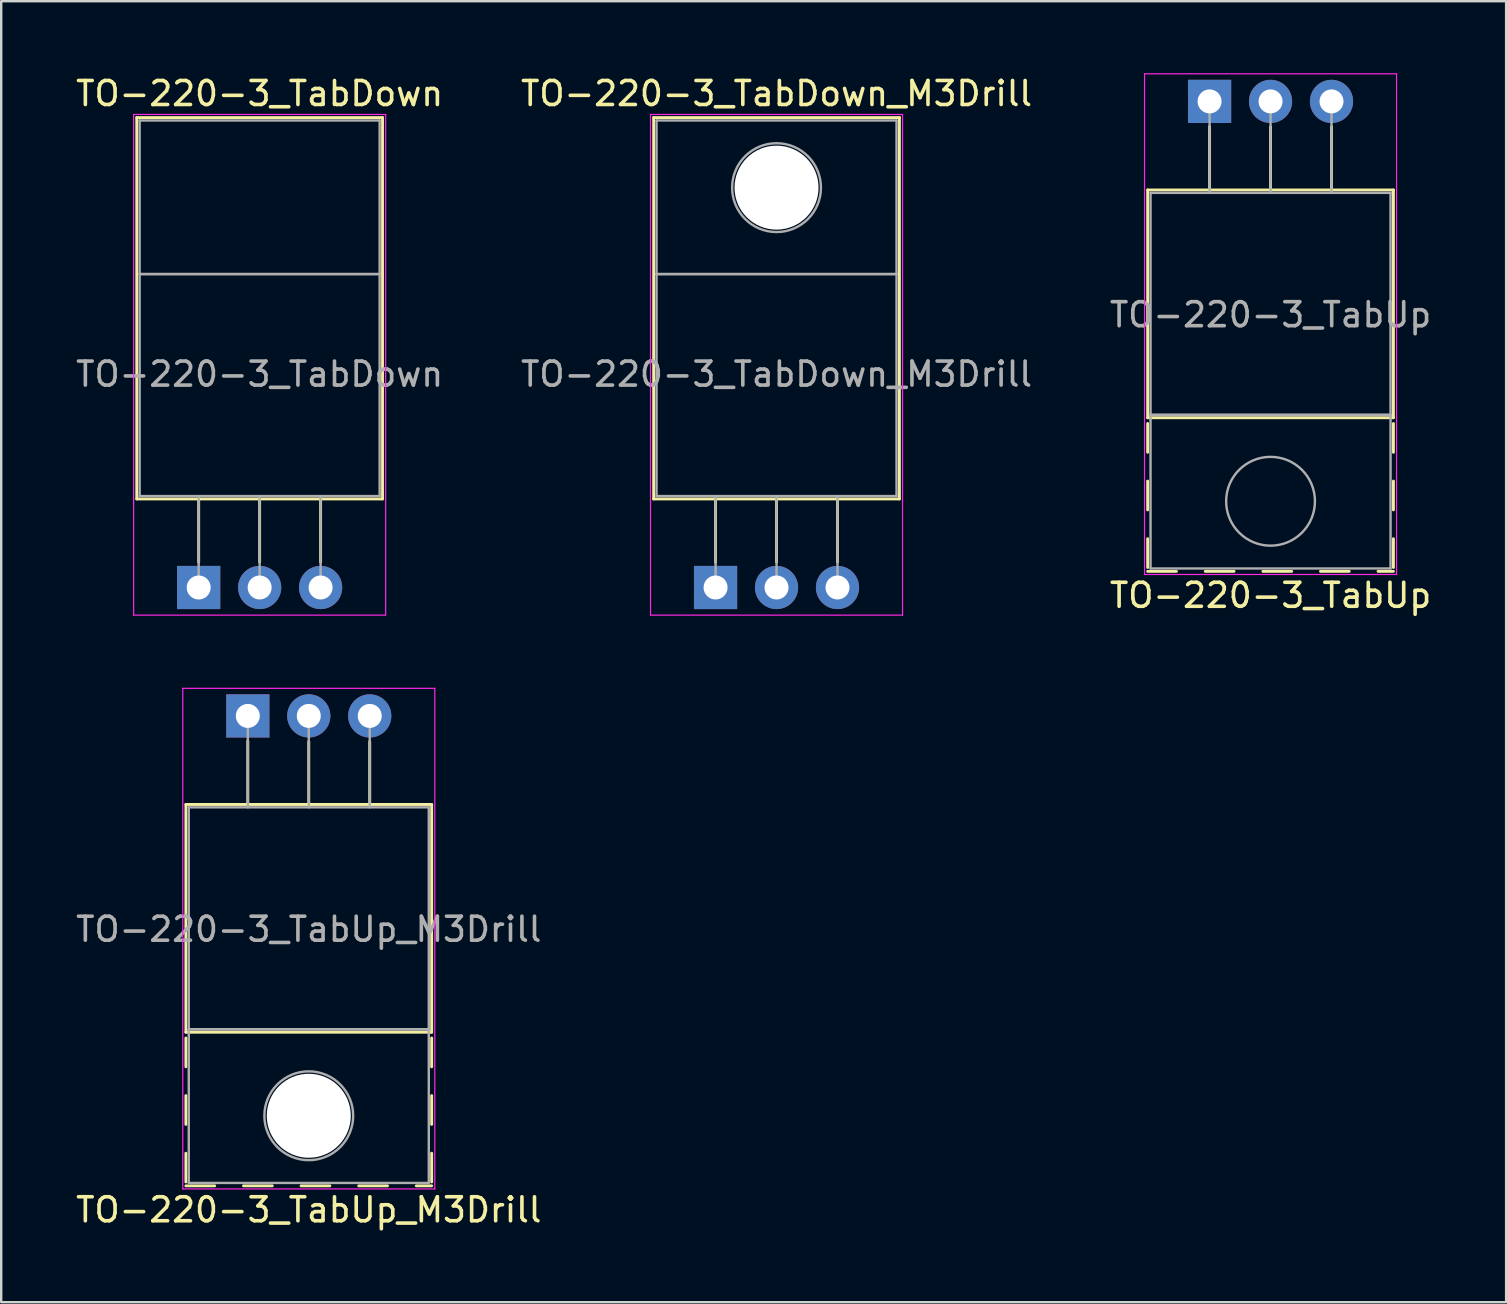
<source format=kicad_pcb>
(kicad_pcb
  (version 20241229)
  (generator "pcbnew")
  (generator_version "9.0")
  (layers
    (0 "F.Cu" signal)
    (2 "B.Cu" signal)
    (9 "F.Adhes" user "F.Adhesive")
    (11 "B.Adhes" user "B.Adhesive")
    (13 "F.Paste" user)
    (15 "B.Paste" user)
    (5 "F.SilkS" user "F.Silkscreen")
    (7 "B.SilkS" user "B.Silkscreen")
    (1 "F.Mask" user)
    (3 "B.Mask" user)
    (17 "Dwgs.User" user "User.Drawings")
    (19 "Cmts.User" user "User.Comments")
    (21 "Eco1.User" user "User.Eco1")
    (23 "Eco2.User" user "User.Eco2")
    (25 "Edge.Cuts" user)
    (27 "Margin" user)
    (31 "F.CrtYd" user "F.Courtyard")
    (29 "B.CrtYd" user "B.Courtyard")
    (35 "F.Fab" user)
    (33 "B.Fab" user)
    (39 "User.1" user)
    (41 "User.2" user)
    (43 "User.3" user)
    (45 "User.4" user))
  (footprint "TO-220-3_TabUp"
    (layer "F.Cu")
    (at 47.347 1.175)
    (property "Reference" "TO-220-3_TabUp" (at 2.54 20.58 0) (layer "F.SilkS") (effects (font (size 1 1) (thickness 0.15))))
    (attr through_hole)
    (fp_line (start -2.58 3.69) (end -2.58 13.18) (stroke (width 0.12) (type solid)) (layer "F.SilkS"))
    (fp_line (start -2.58 3.69) (end 7.66 3.69) (stroke (width 0.12) (type solid)) (layer "F.SilkS"))
    (fp_line (start -2.58 13.18) (end 7.66 13.18) (stroke (width 0.12) (type solid)) (layer "F.SilkS"))
    (fp_line (start -2.58 13.42) (end -2.58 14.62) (stroke (width 0.12) (type solid)) (layer "F.SilkS"))
    (fp_line (start -2.58 15.82) (end -2.58 17.02) (stroke (width 0.12) (type solid)) (layer "F.SilkS"))
    (fp_line (start -2.58 18.22) (end -2.58 19.42) (stroke (width 0.12) (type solid)) (layer "F.SilkS"))
    (fp_line (start -2.58 19.58) (end -1.38 19.58) (stroke (width 0.12) (type solid)) (layer "F.SilkS"))
    (fp_line (start -0.181 19.58) (end 1.02 19.58) (stroke (width 0.12) (type solid)) (layer "F.SilkS"))
    (fp_line (start 0 1.05) (end 0 3.69) (stroke (width 0.12) (type solid)) (layer "F.SilkS"))
    (fp_line (start 2.22 19.58) (end 3.42 19.58) (stroke (width 0.12) (type solid)) (layer "F.SilkS"))
    (fp_line (start 2.54 1.066) (end 2.54 3.69) (stroke (width 0.12) (type solid)) (layer "F.SilkS"))
    (fp_line (start 4.62 19.58) (end 5.82 19.58) (stroke (width 0.12) (type solid)) (layer "F.SilkS"))
    (fp_line (start 5.08 1.066) (end 5.08 3.69) (stroke (width 0.12) (type solid)) (layer "F.SilkS"))
    (fp_line (start 7.02 19.58) (end 7.66 19.58) (stroke (width 0.12) (type solid)) (layer "F.SilkS"))
    (fp_line (start 7.66 3.69) (end 7.66 13.18) (stroke (width 0.12) (type solid)) (layer "F.SilkS"))
    (fp_line (start 7.66 13.42) (end 7.66 14.62) (stroke (width 0.12) (type solid)) (layer "F.SilkS"))
    (fp_line (start 7.66 15.82) (end 7.66 17.02) (stroke (width 0.12) (type solid)) (layer "F.SilkS"))
    (fp_line (start 7.66 18.22) (end 7.66 19.42) (stroke (width 0.12) (type solid)) (layer "F.SilkS"))
    (fp_line (start -2.71 -1.15) (end -2.71 19.71) (stroke (width 0.05) (type solid)) (layer "F.CrtYd"))
    (fp_line (start -2.71 19.71) (end 7.79 19.71) (stroke (width 0.05) (type solid)) (layer "F.CrtYd"))
    (fp_line (start 7.79 -1.15) (end -2.71 -1.15) (stroke (width 0.05) (type solid)) (layer "F.CrtYd"))
    (fp_line (start 7.79 19.71) (end 7.79 -1.15) (stroke (width 0.05) (type solid)) (layer "F.CrtYd"))
    (fp_line (start -2.46 3.81) (end -2.46 13.06) (stroke (width 0.1) (type solid)) (layer "F.Fab"))
    (fp_line (start -2.46 13.06) (end -2.46 19.46) (stroke (width 0.1) (type solid)) (layer "F.Fab"))
    (fp_line (start -2.46 13.06) (end 7.54 13.06) (stroke (width 0.1) (type solid)) (layer "F.Fab"))
    (fp_line (start -2.46 19.46) (end 7.54 19.46) (stroke (width 0.1) (type solid)) (layer "F.Fab"))
    (fp_line (start 0 3.81) (end 0 0) (stroke (width 0.1) (type solid)) (layer "F.Fab"))
    (fp_line (start 2.54 3.81) (end 2.54 0) (stroke (width 0.1) (type solid)) (layer "F.Fab"))
    (fp_line (start 5.08 3.81) (end 5.08 0) (stroke (width 0.1) (type solid)) (layer "F.Fab"))
    (fp_line (start 7.54 3.81) (end -2.46 3.81) (stroke (width 0.1) (type solid)) (layer "F.Fab"))
    (fp_line (start 7.54 13.06) (end -2.46 13.06) (stroke (width 0.1) (type solid)) (layer "F.Fab"))
    (fp_line (start 7.54 13.06) (end 7.54 3.81) (stroke (width 0.1) (type solid)) (layer "F.Fab"))
    (fp_line (start 7.54 19.46) (end 7.54 13.06) (stroke (width 0.1) (type solid)) (layer "F.Fab"))
    (fp_circle (center 2.54 16.66) (end 4.39 16.66) (stroke (width 0.1) (type solid)) (fill no) (layer "F.Fab"))
    (fp_text user "${REFERENCE}" (at 2.54 8.89 0) (layer "F.Fab") (effects (font (size 1 1) (thickness 0.15))))
    (pad "1" thru_hole rect (at 0 0) (size 1.8 1.8) (drill 1) (layers "*.Cu" "*.Mask"))
    (pad "2" thru_hole oval (at 2.54 0) (size 1.8 1.8) (drill 1) (layers "*.Cu" "*.Mask"))
    (pad "3" thru_hole oval (at 5.08 0) (size 1.8 1.8) (drill 1) (layers "*.Cu" "*.Mask")))
  (footprint "TO-220-3_TabDown"
    (layer "F.Cu")
    (at 5.228 21.428)
    (property "Reference" "TO-220-3_TabDown" (at 2.54 -20.58 0) (layer "F.SilkS") (effects (font (size 1 1) (thickness 0.15))))
    (attr through_hole)
    (fp_line (start -2.58 -19.58) (end -2.58 -3.69) (stroke (width 0.12) (type solid)) (layer "F.SilkS"))
    (fp_line (start -2.58 -19.58) (end 7.66 -19.58) (stroke (width 0.12) (type solid)) (layer "F.SilkS"))
    (fp_line (start -2.58 -3.69) (end 7.66 -3.69) (stroke (width 0.12) (type solid)) (layer "F.SilkS"))
    (fp_line (start 0 -3.69) (end 0 -1.05) (stroke (width 0.12) (type solid)) (layer "F.SilkS"))
    (fp_line (start 2.54 -3.69) (end 2.54 -1.066) (stroke (width 0.12) (type solid)) (layer "F.SilkS"))
    (fp_line (start 5.08 -3.69) (end 5.08 -1.066) (stroke (width 0.12) (type solid)) (layer "F.SilkS"))
    (fp_line (start 7.66 -19.58) (end 7.66 -3.69) (stroke (width 0.12) (type solid)) (layer "F.SilkS"))
    (fp_line (start -2.71 -19.71) (end -2.71 1.15) (stroke (width 0.05) (type solid)) (layer "F.CrtYd"))
    (fp_line (start -2.71 1.15) (end 7.79 1.15) (stroke (width 0.05) (type solid)) (layer "F.CrtYd"))
    (fp_line (start 7.79 -19.71) (end -2.71 -19.71) (stroke (width 0.05) (type solid)) (layer "F.CrtYd"))
    (fp_line (start 7.79 1.15) (end 7.79 -19.71) (stroke (width 0.05) (type solid)) (layer "F.CrtYd"))
    (fp_line (start -2.46 -19.46) (end 7.54 -19.46) (stroke (width 0.1) (type solid)) (layer "F.Fab"))
    (fp_line (start -2.46 -13.06) (end -2.46 -19.46) (stroke (width 0.1) (type solid)) (layer "F.Fab"))
    (fp_line (start -2.46 -13.06) (end 7.54 -13.06) (stroke (width 0.1) (type solid)) (layer "F.Fab"))
    (fp_line (start -2.46 -3.81) (end -2.46 -13.06) (stroke (width 0.1) (type solid)) (layer "F.Fab"))
    (fp_line (start 0 -3.81) (end 0 0) (stroke (width 0.1) (type solid)) (layer "F.Fab"))
    (fp_line (start 2.54 -3.81) (end 2.54 0) (stroke (width 0.1) (type solid)) (layer "F.Fab"))
    (fp_line (start 5.08 -3.81) (end 5.08 0) (stroke (width 0.1) (type solid)) (layer "F.Fab"))
    (fp_line (start 7.54 -19.46) (end 7.54 -13.06) (stroke (width 0.1) (type solid)) (layer "F.Fab"))
    (fp_line (start 7.54 -13.06) (end -2.46 -13.06) (stroke (width 0.1) (type solid)) (layer "F.Fab"))
    (fp_line (start 7.54 -13.06) (end 7.54 -3.81) (stroke (width 0.1) (type solid)) (layer "F.Fab"))
    (fp_line (start 7.54 -3.81) (end -2.46 -3.81) (stroke (width 0.1) (type solid)) (layer "F.Fab"))
    (fp_text user "${REFERENCE}" (at 2.54 -8.89 0) (layer "F.Fab") (effects (font (size 1 1) (thickness 0.15))))
    (pad "1" thru_hole rect (at 0 0) (size 1.8 1.8) (drill 1) (layers "*.Cu" "*.Mask"))
    (pad "2" thru_hole oval (at 2.54 0) (size 1.8 1.8) (drill 1) (layers "*.Cu" "*.Mask"))
    (pad "3" thru_hole oval (at 5.08 0) (size 1.8 1.8) (drill 1) (layers "*.Cu" "*.Mask")))
  (footprint "TO-220-3_TabUp_M3Drill"
    (layer "F.Cu")
    (at 7.275 26.778)
    (property "Reference" "TO-220-3_TabUp_M3Drill" (at 2.54 20.58 0) (layer "F.SilkS") (effects (font (size 1 1) (thickness 0.15))))
    (attr through_hole)
    (fp_line (start -2.58 3.69) (end -2.58 13.18) (stroke (width 0.12) (type solid)) (layer "F.SilkS"))
    (fp_line (start -2.58 3.69) (end 7.66 3.69) (stroke (width 0.12) (type solid)) (layer "F.SilkS"))
    (fp_line (start -2.58 13.18) (end 7.66 13.18) (stroke (width 0.12) (type solid)) (layer "F.SilkS"))
    (fp_line (start -2.58 13.42) (end -2.58 14.62) (stroke (width 0.12) (type solid)) (layer "F.SilkS"))
    (fp_line (start -2.58 15.82) (end -2.58 17.02) (stroke (width 0.12) (type solid)) (layer "F.SilkS"))
    (fp_line (start -2.58 18.22) (end -2.58 19.42) (stroke (width 0.12) (type solid)) (layer "F.SilkS"))
    (fp_line (start -2.58 19.58) (end -1.38 19.58) (stroke (width 0.12) (type solid)) (layer "F.SilkS"))
    (fp_line (start -0.181 19.58) (end 1.02 19.58) (stroke (width 0.12) (type solid)) (layer "F.SilkS"))
    (fp_line (start 0 1.05) (end 0 3.69) (stroke (width 0.12) (type solid)) (layer "F.SilkS"))
    (fp_line (start 2.22 19.58) (end 3.42 19.58) (stroke (width 0.12) (type solid)) (layer "F.SilkS"))
    (fp_line (start 2.54 1.066) (end 2.54 3.69) (stroke (width 0.12) (type solid)) (layer "F.SilkS"))
    (fp_line (start 4.62 19.58) (end 5.82 19.58) (stroke (width 0.12) (type solid)) (layer "F.SilkS"))
    (fp_line (start 5.08 1.066) (end 5.08 3.69) (stroke (width 0.12) (type solid)) (layer "F.SilkS"))
    (fp_line (start 7.02 19.58) (end 7.66 19.58) (stroke (width 0.12) (type solid)) (layer "F.SilkS"))
    (fp_line (start 7.66 3.69) (end 7.66 13.18) (stroke (width 0.12) (type solid)) (layer "F.SilkS"))
    (fp_line (start 7.66 13.42) (end 7.66 14.62) (stroke (width 0.12) (type solid)) (layer "F.SilkS"))
    (fp_line (start 7.66 15.82) (end 7.66 17.02) (stroke (width 0.12) (type solid)) (layer "F.SilkS"))
    (fp_line (start 7.66 18.22) (end 7.66 19.42) (stroke (width 0.12) (type solid)) (layer "F.SilkS"))
    (fp_line (start -2.71 -1.15) (end -2.71 19.71) (stroke (width 0.05) (type solid)) (layer "F.CrtYd"))
    (fp_line (start -2.71 19.71) (end 7.79 19.71) (stroke (width 0.05) (type solid)) (layer "F.CrtYd"))
    (fp_line (start 7.79 -1.15) (end -2.71 -1.15) (stroke (width 0.05) (type solid)) (layer "F.CrtYd"))
    (fp_line (start 7.79 19.71) (end 7.79 -1.15) (stroke (width 0.05) (type solid)) (layer "F.CrtYd"))
    (fp_line (start -2.46 3.81) (end -2.46 13.06) (stroke (width 0.1) (type solid)) (layer "F.Fab"))
    (fp_line (start -2.46 13.06) (end -2.46 19.46) (stroke (width 0.1) (type solid)) (layer "F.Fab"))
    (fp_line (start -2.46 13.06) (end 7.54 13.06) (stroke (width 0.1) (type solid)) (layer "F.Fab"))
    (fp_line (start -2.46 19.46) (end 7.54 19.46) (stroke (width 0.1) (type solid)) (layer "F.Fab"))
    (fp_line (start 0 3.81) (end 0 0) (stroke (width 0.1) (type solid)) (layer "F.Fab"))
    (fp_line (start 2.54 3.81) (end 2.54 0) (stroke (width 0.1) (type solid)) (layer "F.Fab"))
    (fp_line (start 5.08 3.81) (end 5.08 0) (stroke (width 0.1) (type solid)) (layer "F.Fab"))
    (fp_line (start 7.54 3.81) (end -2.46 3.81) (stroke (width 0.1) (type solid)) (layer "F.Fab"))
    (fp_line (start 7.54 13.06) (end -2.46 13.06) (stroke (width 0.1) (type solid)) (layer "F.Fab"))
    (fp_line (start 7.54 13.06) (end 7.54 3.81) (stroke (width 0.1) (type solid)) (layer "F.Fab"))
    (fp_line (start 7.54 19.46) (end 7.54 13.06) (stroke (width 0.1) (type solid)) (layer "F.Fab"))
    (fp_circle (center 2.54 16.66) (end 4.39 16.66) (stroke (width 0.1) (type solid)) (fill no) (layer "F.Fab"))
    (fp_text user "${REFERENCE}" (at 2.54 8.89 0) (layer "F.Fab") (effects (font (size 1 1) (thickness 0.15))))
    (pad "" np_thru_hole oval (at 2.54 16.66) (size 3.5 3.5) (drill 3.5) (layers "*.Cu" "*.Mask"))
    (pad "1" thru_hole rect (at 0 0) (size 1.8 1.8) (drill 1) (layers "*.Cu" "*.Mask"))
    (pad "2" thru_hole oval (at 2.54 0) (size 1.8 1.8) (drill 1) (layers "*.Cu" "*.Mask"))
    (pad "3" thru_hole oval (at 5.08 0) (size 1.8 1.8) (drill 1) (layers "*.Cu" "*.Mask")))
  (footprint "TO-220-3_TabDown_M3Drill"
    (layer "F.Cu")
    (at 26.764 21.428)
    (property "Reference" "TO-220-3_TabDown_M3Drill" (at 2.54 -20.58 0) (layer "F.SilkS") (effects (font (size 1 1) (thickness 0.15))))
    (attr through_hole)
    (fp_line (start -2.58 -19.58) (end -2.58 -3.69) (stroke (width 0.12) (type solid)) (layer "F.SilkS"))
    (fp_line (start -2.58 -19.58) (end 7.66 -19.58) (stroke (width 0.12) (type solid)) (layer "F.SilkS"))
    (fp_line (start -2.58 -3.69) (end 7.66 -3.69) (stroke (width 0.12) (type solid)) (layer "F.SilkS"))
    (fp_line (start 0 -3.69) (end 0 -1.05) (stroke (width 0.12) (type solid)) (layer "F.SilkS"))
    (fp_line (start 2.54 -3.69) (end 2.54 -1.066) (stroke (width 0.12) (type solid)) (layer "F.SilkS"))
    (fp_line (start 5.08 -3.69) (end 5.08 -1.066) (stroke (width 0.12) (type solid)) (layer "F.SilkS"))
    (fp_line (start 7.66 -19.58) (end 7.66 -3.69) (stroke (width 0.12) (type solid)) (layer "F.SilkS"))
    (fp_line (start -2.71 -19.71) (end -2.71 1.15) (stroke (width 0.05) (type solid)) (layer "F.CrtYd"))
    (fp_line (start -2.71 1.15) (end 7.79 1.15) (stroke (width 0.05) (type solid)) (layer "F.CrtYd"))
    (fp_line (start 7.79 -19.71) (end -2.71 -19.71) (stroke (width 0.05) (type solid)) (layer "F.CrtYd"))
    (fp_line (start 7.79 1.15) (end 7.79 -19.71) (stroke (width 0.05) (type solid)) (layer "F.CrtYd"))
    (fp_line (start -2.46 -19.46) (end 7.54 -19.46) (stroke (width 0.1) (type solid)) (layer "F.Fab"))
    (fp_line (start -2.46 -13.06) (end -2.46 -19.46) (stroke (width 0.1) (type solid)) (layer "F.Fab"))
    (fp_line (start -2.46 -13.06) (end 7.54 -13.06) (stroke (width 0.1) (type solid)) (layer "F.Fab"))
    (fp_line (start -2.46 -3.81) (end -2.46 -13.06) (stroke (width 0.1) (type solid)) (layer "F.Fab"))
    (fp_line (start 0 -3.81) (end 0 0) (stroke (width 0.1) (type solid)) (layer "F.Fab"))
    (fp_line (start 2.54 -3.81) (end 2.54 0) (stroke (width 0.1) (type solid)) (layer "F.Fab"))
    (fp_line (start 5.08 -3.81) (end 5.08 0) (stroke (width 0.1) (type solid)) (layer "F.Fab"))
    (fp_line (start 7.54 -19.46) (end 7.54 -13.06) (stroke (width 0.1) (type solid)) (layer "F.Fab"))
    (fp_line (start 7.54 -13.06) (end -2.46 -13.06) (stroke (width 0.1) (type solid)) (layer "F.Fab"))
    (fp_line (start 7.54 -13.06) (end 7.54 -3.81) (stroke (width 0.1) (type solid)) (layer "F.Fab"))
    (fp_line (start 7.54 -3.81) (end -2.46 -3.81) (stroke (width 0.1) (type solid)) (layer "F.Fab"))
    (fp_circle (center 2.54 -16.66) (end 4.39 -16.66) (stroke (width 0.1) (type solid)) (fill no) (layer "F.Fab"))
    (fp_text user "${REFERENCE}" (at 2.54 -8.89 0) (layer "F.Fab") (effects (font (size 1 1) (thickness 0.15))))
    (pad "" np_thru_hole oval (at 2.54 -16.66) (size 3.5 3.5) (drill 3.5) (layers "*.Cu" "*.Mask"))
    (pad "1" thru_hole rect (at 0 0) (size 1.8 1.8) (drill 1) (layers "*.Cu" "*.Mask"))
    (pad "2" thru_hole oval (at 2.54 0) (size 1.8 1.8) (drill 1) (layers "*.Cu" "*.Mask"))
    (pad "3" thru_hole oval (at 5.08 0) (size 1.8 1.8) (drill 1) (layers "*.Cu" "*.Mask")))
  (gr_rect
    (start -3 -3)
    (end 59.702 51.206)
    (stroke (width 0.1) (type default))
    (fill no)
    (layer "Edge.Cuts")))
</source>
